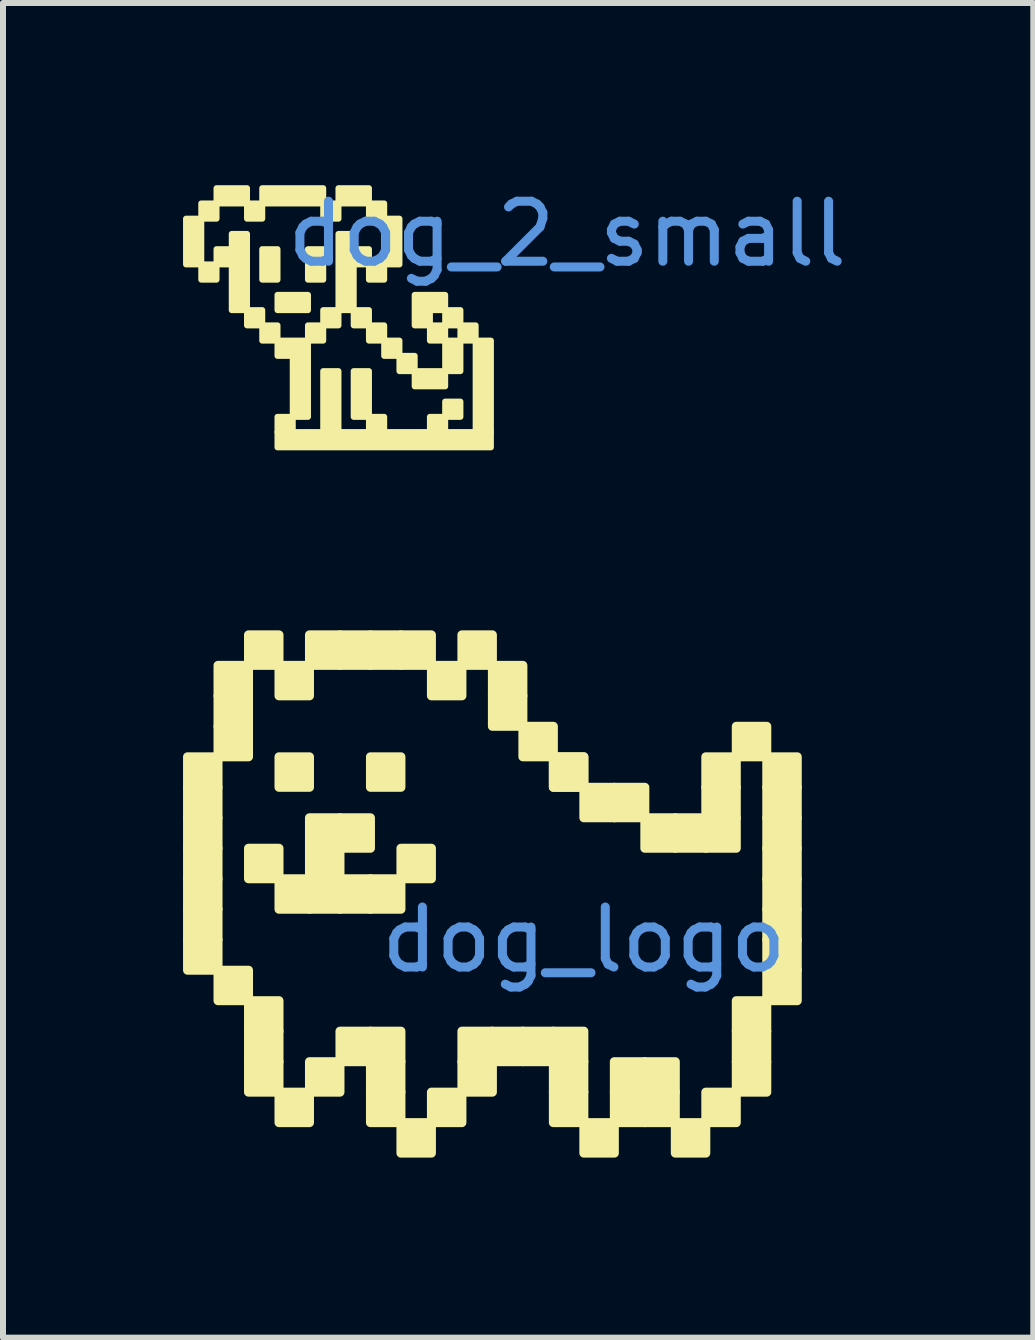
<source format=kicad_pcb>
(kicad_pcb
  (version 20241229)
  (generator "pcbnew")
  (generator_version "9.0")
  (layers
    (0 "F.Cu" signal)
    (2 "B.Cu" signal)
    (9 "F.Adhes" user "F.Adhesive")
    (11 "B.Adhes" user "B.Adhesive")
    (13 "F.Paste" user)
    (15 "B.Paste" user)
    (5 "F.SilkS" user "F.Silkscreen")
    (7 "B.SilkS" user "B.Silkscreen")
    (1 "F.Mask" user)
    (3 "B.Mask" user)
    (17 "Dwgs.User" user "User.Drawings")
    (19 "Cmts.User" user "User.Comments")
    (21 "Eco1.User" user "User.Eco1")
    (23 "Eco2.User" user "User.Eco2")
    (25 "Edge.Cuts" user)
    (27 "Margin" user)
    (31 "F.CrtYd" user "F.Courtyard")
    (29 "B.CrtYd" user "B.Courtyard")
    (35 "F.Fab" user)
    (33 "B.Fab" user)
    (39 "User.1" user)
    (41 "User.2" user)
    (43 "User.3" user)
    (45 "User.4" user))
  (footprint "dog_2_small"
    (layer "F.Cu")
    (at 2.844 2.88)
    (property "Reference" "dog_2_small" (at 3.556 -2.032 0) (layer "Cmts.User") (effects (font (size 1 1) (thickness 0.15))))
    (attr through_hole)
    (fp_poly (pts (xy -2.54 -1.524) (xy -2.794 -1.524) (xy -2.794 -2.286) (xy -2.54 -2.286)) (stroke (width 0.1) (type solid)) (fill yes) (layer "F.SilkS"))
    (fp_poly (pts (xy -2.286 -2.286) (xy -2.54 -2.286) (xy -2.54 -2.54) (xy -2.286 -2.54)) (stroke (width 0.1) (type solid)) (fill yes) (layer "F.SilkS"))
    (fp_poly (pts (xy -2.286 -1.27) (xy -2.54 -1.27) (xy -2.54 -1.524) (xy -2.286 -1.524)) (stroke (width 0.1) (type solid)) (fill yes) (layer "F.SilkS"))
    (fp_poly (pts (xy -2.032 -1.524) (xy -2.286 -1.524) (xy -2.286 -1.778) (xy -2.032 -1.778)) (stroke (width 0.1) (type solid)) (fill yes) (layer "F.SilkS"))
    (fp_poly (pts (xy -1.778 -2.54) (xy -2.286 -2.54) (xy -2.286 -2.794) (xy -1.778 -2.794)) (stroke (width 0.1) (type solid)) (fill yes) (layer "F.SilkS"))
    (fp_poly (pts (xy -1.778 -0.762) (xy -2.032 -0.762) (xy -2.032 -2.032) (xy -1.778 -2.032)) (stroke (width 0.1) (type solid)) (fill yes) (layer "F.SilkS"))
    (fp_poly (pts (xy -1.524 -2.286) (xy -1.778 -2.286) (xy -1.778 -2.54) (xy -1.524 -2.54)) (stroke (width 0.1) (type solid)) (fill yes) (layer "F.SilkS"))
    (fp_poly (pts (xy -1.524 -0.508) (xy -1.778 -0.508) (xy -1.778 -0.762) (xy -1.524 -0.762)) (stroke (width 0.1) (type solid)) (fill yes) (layer "F.SilkS"))
    (fp_poly (pts (xy -1.27 -1.27) (xy -1.524 -1.27) (xy -1.524 -1.778) (xy -1.27 -1.778)) (stroke (width 0.1) (type solid)) (fill yes) (layer "F.SilkS"))
    (fp_poly (pts (xy -1.27 -0.254) (xy -1.524 -0.254) (xy -1.524 -0.508) (xy -1.27 -0.508)) (stroke (width 0.1) (type solid)) (fill yes) (layer "F.SilkS"))
    (fp_poly (pts (xy -1.016 1.27) (xy -1.27 1.27) (xy -1.27 1.016) (xy -1.016 1.016)) (stroke (width 0.1) (type solid)) (fill yes) (layer "F.SilkS"))
    (fp_poly (pts (xy -0.762 -0.762) (xy -1.27 -0.762) (xy -1.27 -1.016) (xy -0.762 -1.016)) (stroke (width 0.1) (type solid)) (fill yes) (layer "F.SilkS"))
    (fp_poly (pts (xy -0.762 0) (xy -1.27 0) (xy -1.27 -0.254) (xy -0.762 -0.254)) (stroke (width 0.1) (type solid)) (fill yes) (layer "F.SilkS"))
    (fp_poly (pts (xy -0.762 1.016) (xy -1.016 1.016) (xy -1.016 0) (xy -0.762 0)) (stroke (width 0.1) (type solid)) (fill yes) (layer "F.SilkS"))
    (fp_poly (pts (xy -0.508 -2.54) (xy -1.524 -2.54) (xy -1.524 -2.794) (xy -0.508 -2.794)) (stroke (width 0.1) (type solid)) (fill yes) (layer "F.SilkS"))
    (fp_poly (pts (xy -0.508 -1.27) (xy -0.762 -1.27) (xy -0.762 -1.778) (xy -0.508 -1.778)) (stroke (width 0.1) (type solid)) (fill yes) (layer "F.SilkS"))
    (fp_poly (pts (xy -0.508 -0.254) (xy -0.762 -0.254) (xy -0.762 -0.508) (xy -0.508 -0.508)) (stroke (width 0.1) (type solid)) (fill yes) (layer "F.SilkS"))
    (fp_poly (pts (xy -0.254 -2.286) (xy -0.508 -2.286) (xy -0.508 -2.54) (xy -0.254 -2.54)) (stroke (width 0.1) (type solid)) (fill yes) (layer "F.SilkS"))
    (fp_poly (pts (xy -0.254 -0.508) (xy -0.508 -0.508) (xy -0.508 -0.762) (xy -0.254 -0.762)) (stroke (width 0.1) (type solid)) (fill yes) (layer "F.SilkS"))
    (fp_poly (pts (xy -0.254 1.27) (xy -0.508 1.27) (xy -0.508 0.254) (xy -0.254 0.254)) (stroke (width 0.1) (type solid)) (fill yes) (layer "F.SilkS"))
    (fp_poly (pts (xy 0 -0.762) (xy -0.254 -0.762) (xy -0.254 -2.032) (xy 0 -2.032)) (stroke (width 0.1) (type solid)) (fill yes) (layer "F.SilkS"))
    (fp_poly (pts (xy 0.254 -2.54) (xy -0.254 -2.54) (xy -0.254 -2.794) (xy 0.254 -2.794)) (stroke (width 0.1) (type solid)) (fill yes) (layer "F.SilkS"))
    (fp_poly (pts (xy 0.254 -1.524) (xy 0 -1.524) (xy 0 -1.778) (xy 0.254 -1.778)) (stroke (width 0.1) (type solid)) (fill yes) (layer "F.SilkS"))
    (fp_poly (pts (xy 0.254 -0.508) (xy 0 -0.508) (xy 0 -0.762) (xy 0.254 -0.762)) (stroke (width 0.1) (type solid)) (fill yes) (layer "F.SilkS"))
    (fp_poly (pts (xy 0.254 1.016) (xy 0 1.016) (xy 0 0.254) (xy 0.254 0.254)) (stroke (width 0.1) (type solid)) (fill yes) (layer "F.SilkS"))
    (fp_poly (pts (xy 0.508 -2.286) (xy 0.254 -2.286) (xy 0.254 -2.54) (xy 0.508 -2.54)) (stroke (width 0.1) (type solid)) (fill yes) (layer "F.SilkS"))
    (fp_poly (pts (xy 0.508 -1.27) (xy 0.254 -1.27) (xy 0.254 -1.524) (xy 0.508 -1.524)) (stroke (width 0.1) (type solid)) (fill yes) (layer "F.SilkS"))
    (fp_poly (pts (xy 0.508 -0.254) (xy 0.254 -0.254) (xy 0.254 -0.508) (xy 0.508 -0.508)) (stroke (width 0.1) (type solid)) (fill yes) (layer "F.SilkS"))
    (fp_poly (pts (xy 0.508 1.27) (xy 0.254 1.27) (xy 0.254 1.016) (xy 0.508 1.016)) (stroke (width 0.1) (type solid)) (fill yes) (layer "F.SilkS"))
    (fp_poly (pts (xy 0.762 -1.524) (xy 0.508 -1.524) (xy 0.508 -2.286) (xy 0.762 -2.286)) (stroke (width 0.1) (type solid)) (fill yes) (layer "F.SilkS"))
    (fp_poly (pts (xy 0.762 0) (xy 0.508 0) (xy 0.508 -0.254) (xy 0.762 -0.254)) (stroke (width 0.1) (type solid)) (fill yes) (layer "F.SilkS"))
    (fp_poly (pts (xy 1.016 0.254) (xy 0.762 0.254) (xy 0.762 0) (xy 1.016 0)) (stroke (width 0.1) (type solid)) (fill yes) (layer "F.SilkS"))
    (fp_poly (pts (xy 1.27 -0.508) (xy 1.016 -0.508) (xy 1.016 -1.016) (xy 1.27 -1.016)) (stroke (width 0.1) (type solid)) (fill yes) (layer "F.SilkS"))
    (fp_poly (pts (xy 1.524 -0.762) (xy 1.27 -0.762) (xy 1.27 -1.016) (xy 1.524 -1.016)) (stroke (width 0.1) (type solid)) (fill yes) (layer "F.SilkS"))
    (fp_poly (pts (xy 1.524 -0.254) (xy 1.27 -0.254) (xy 1.27 -0.508) (xy 1.524 -0.508)) (stroke (width 0.1) (type solid)) (fill yes) (layer "F.SilkS"))
    (fp_poly (pts (xy 1.524 0.508) (xy 1.016 0.508) (xy 1.016 0.254) (xy 1.524 0.254)) (stroke (width 0.1) (type solid)) (fill yes) (layer "F.SilkS"))
    (fp_poly (pts (xy 1.524 1.27) (xy 1.27 1.27) (xy 1.27 1.016) (xy 1.524 1.016)) (stroke (width 0.1) (type solid)) (fill yes) (layer "F.SilkS"))
    (fp_poly (pts (xy 1.778 -0.508) (xy 1.524 -0.508) (xy 1.524 -0.762) (xy 1.778 -0.762)) (stroke (width 0.1) (type solid)) (fill yes) (layer "F.SilkS"))
    (fp_poly (pts (xy 1.778 0.254) (xy 1.524 0.254) (xy 1.524 -0.254) (xy 1.778 -0.254)) (stroke (width 0.1) (type solid)) (fill yes) (layer "F.SilkS"))
    (fp_poly (pts (xy 1.778 1.016) (xy 1.524 1.016) (xy 1.524 0.762) (xy 1.778 0.762)) (stroke (width 0.1) (type solid)) (fill yes) (layer "F.SilkS"))
    (fp_poly (pts (xy 2.032 -0.254) (xy 1.778 -0.254) (xy 1.778 -0.508) (xy 2.032 -0.508)) (stroke (width 0.1) (type solid)) (fill yes) (layer "F.SilkS"))
    (fp_poly (pts (xy 2.286 1.27) (xy 2.032 1.27) (xy 2.032 -0.254) (xy 2.286 -0.254)) (stroke (width 0.1) (type solid)) (fill yes) (layer "F.SilkS"))
    (fp_poly (pts (xy 2.286 1.524) (xy -1.27 1.524) (xy -1.27 1.27) (xy 2.286 1.27)) (stroke (width 0.1) (type solid)) (fill yes) (layer "F.SilkS")))
  (footprint "dog_logo"
    (layer "F.Cu")
    (at 4.139 12.609)
    (property "Reference" "dog_logo" (at 2.54 0 0) (layer "Cmts.User") (effects (font (size 1 1) (thickness 0.15))))
    (attr through_hole)
    (fp_poly (pts (xy -4.064 -3.048) (xy -3.556 -3.048) (xy -3.556 -2.54) (xy -4.064 -2.54)) (stroke (width 0.15) (type solid)) (fill yes) (layer "F.SilkS"))
    (fp_poly (pts (xy -4.064 -2.54) (xy -3.556 -2.54) (xy -3.556 -2.032) (xy -4.064 -2.032)) (stroke (width 0.15) (type solid)) (fill yes) (layer "F.SilkS"))
    (fp_poly (pts (xy -4.064 -2.032) (xy -3.556 -2.032) (xy -3.556 -1.524) (xy -4.064 -1.524)) (stroke (width 0.15) (type solid)) (fill yes) (layer "F.SilkS"))
    (fp_poly (pts (xy -4.064 -1.524) (xy -3.556 -1.524) (xy -3.556 -1.016) (xy -4.064 -1.016)) (stroke (width 0.15) (type solid)) (fill yes) (layer "F.SilkS"))
    (fp_poly (pts (xy -4.064 -1.016) (xy -3.556 -1.016) (xy -3.556 -0.508) (xy -4.064 -0.508)) (stroke (width 0.15) (type solid)) (fill yes) (layer "F.SilkS"))
    (fp_poly (pts (xy -4.064 -0.508) (xy -3.556 -0.508) (xy -3.556 0) (xy -4.064 0)) (stroke (width 0.15) (type solid)) (fill yes) (layer "F.SilkS"))
    (fp_poly (pts (xy -4.064 0) (xy -3.556 0) (xy -3.556 0.508) (xy -4.064 0.508)) (stroke (width 0.15) (type solid)) (fill yes) (layer "F.SilkS"))
    (fp_poly (pts (xy -3.556 -4.572) (xy -3.048 -4.572) (xy -3.048 -4.064) (xy -3.556 -4.064)) (stroke (width 0.15) (type solid)) (fill yes) (layer "F.SilkS"))
    (fp_poly (pts (xy -3.556 -4.064) (xy -3.048 -4.064) (xy -3.048 -3.556) (xy -3.556 -3.556)) (stroke (width 0.15) (type solid)) (fill yes) (layer "F.SilkS"))
    (fp_poly (pts (xy -3.556 -3.556) (xy -3.048 -3.556) (xy -3.048 -3.048) (xy -3.556 -3.048)) (stroke (width 0.15) (type solid)) (fill yes) (layer "F.SilkS"))
    (fp_poly (pts (xy -3.556 0.508) (xy -3.048 0.508) (xy -3.048 1.016) (xy -3.556 1.016)) (stroke (width 0.15) (type solid)) (fill yes) (layer "F.SilkS"))
    (fp_poly (pts (xy -3.048 -5.08) (xy -2.54 -5.08) (xy -2.54 -4.572) (xy -3.048 -4.572)) (stroke (width 0.15) (type solid)) (fill yes) (layer "F.SilkS"))
    (fp_poly (pts (xy -3.048 -1.524) (xy -2.54 -1.524) (xy -2.54 -1.016) (xy -3.048 -1.016)) (stroke (width 0.15) (type solid)) (fill yes) (layer "F.SilkS"))
    (fp_poly (pts (xy -3.048 1.016) (xy -2.54 1.016) (xy -2.54 1.524) (xy -3.048 1.524)) (stroke (width 0.15) (type solid)) (fill yes) (layer "F.SilkS"))
    (fp_poly (pts (xy -3.048 1.524) (xy -2.54 1.524) (xy -2.54 2.032) (xy -3.048 2.032)) (stroke (width 0.15) (type solid)) (fill yes) (layer "F.SilkS"))
    (fp_poly (pts (xy -3.048 2.032) (xy -2.54 2.032) (xy -2.54 2.54) (xy -3.048 2.54)) (stroke (width 0.15) (type solid)) (fill yes) (layer "F.SilkS"))
    (fp_poly (pts (xy -2.54 -4.572) (xy -2.032 -4.572) (xy -2.032 -4.064) (xy -2.54 -4.064)) (stroke (width 0.15) (type solid)) (fill yes) (layer "F.SilkS"))
    (fp_poly (pts (xy -2.54 -3.048) (xy -2.032 -3.048) (xy -2.032 -2.54) (xy -2.54 -2.54)) (stroke (width 0.15) (type solid)) (fill yes) (layer "F.SilkS"))
    (fp_poly (pts (xy -2.54 -1.016) (xy -2.032 -1.016) (xy -2.032 -0.508) (xy -2.54 -0.508)) (stroke (width 0.15) (type solid)) (fill yes) (layer "F.SilkS"))
    (fp_poly (pts (xy -2.54 2.54) (xy -2.032 2.54) (xy -2.032 3.048) (xy -2.54 3.048)) (stroke (width 0.15) (type solid)) (fill yes) (layer "F.SilkS"))
    (fp_poly (pts (xy -2.032 -5.08) (xy -1.524 -5.08) (xy -1.524 -4.572) (xy -2.032 -4.572)) (stroke (width 0.15) (type solid)) (fill yes) (layer "F.SilkS"))
    (fp_poly (pts (xy -2.032 -2.032) (xy -1.524 -2.032) (xy -1.524 -1.524) (xy -2.032 -1.524)) (stroke (width 0.15) (type solid)) (fill yes) (layer "F.SilkS"))
    (fp_poly (pts (xy -2.032 -1.524) (xy -1.524 -1.524) (xy -1.524 -1.016) (xy -2.032 -1.016)) (stroke (width 0.15) (type solid)) (fill yes) (layer "F.SilkS"))
    (fp_poly (pts (xy -2.032 -1.016) (xy -1.524 -1.016) (xy -1.524 -0.508) (xy -2.032 -0.508)) (stroke (width 0.15) (type solid)) (fill yes) (layer "F.SilkS"))
    (fp_poly (pts (xy -2.032 2.032) (xy -1.524 2.032) (xy -1.524 2.54) (xy -2.032 2.54)) (stroke (width 0.15) (type solid)) (fill yes) (layer "F.SilkS"))
    (fp_poly (pts (xy -1.524 -5.08) (xy -1.016 -5.08) (xy -1.016 -4.572) (xy -1.524 -4.572)) (stroke (width 0.15) (type solid)) (fill yes) (layer "F.SilkS"))
    (fp_poly (pts (xy -1.524 -2.032) (xy -1.016 -2.032) (xy -1.016 -1.524) (xy -1.524 -1.524)) (stroke (width 0.15) (type solid)) (fill yes) (layer "F.SilkS"))
    (fp_poly (pts (xy -1.524 -1.016) (xy -1.016 -1.016) (xy -1.016 -0.508) (xy -1.524 -0.508)) (stroke (width 0.15) (type solid)) (fill yes) (layer "F.SilkS"))
    (fp_poly (pts (xy -1.524 1.524) (xy -1.016 1.524) (xy -1.016 2.032) (xy -1.524 2.032)) (stroke (width 0.15) (type solid)) (fill yes) (layer "F.SilkS"))
    (fp_poly (pts (xy -1.016 -5.08) (xy -0.508 -5.08) (xy -0.508 -4.572) (xy -1.016 -4.572)) (stroke (width 0.15) (type solid)) (fill yes) (layer "F.SilkS"))
    (fp_poly (pts (xy -1.016 -3.048) (xy -0.508 -3.048) (xy -0.508 -2.54) (xy -1.016 -2.54)) (stroke (width 0.15) (type solid)) (fill yes) (layer "F.SilkS"))
    (fp_poly (pts (xy -1.016 -1.016) (xy -0.508 -1.016) (xy -0.508 -0.508) (xy -1.016 -0.508)) (stroke (width 0.15) (type solid)) (fill yes) (layer "F.SilkS"))
    (fp_poly (pts (xy -1.016 1.524) (xy -0.508 1.524) (xy -0.508 2.032) (xy -1.016 2.032)) (stroke (width 0.15) (type solid)) (fill yes) (layer "F.SilkS"))
    (fp_poly (pts (xy -1.016 2.032) (xy -0.508 2.032) (xy -0.508 2.54) (xy -1.016 2.54)) (stroke (width 0.15) (type solid)) (fill yes) (layer "F.SilkS"))
    (fp_poly (pts (xy -1.016 2.54) (xy -0.508 2.54) (xy -0.508 3.048) (xy -1.016 3.048)) (stroke (width 0.15) (type solid)) (fill yes) (layer "F.SilkS"))
    (fp_poly (pts (xy -0.508 -5.08) (xy 0 -5.08) (xy 0 -4.572) (xy -0.508 -4.572)) (stroke (width 0.15) (type solid)) (fill yes) (layer "F.SilkS"))
    (fp_poly (pts (xy -0.508 -1.524) (xy 0 -1.524) (xy 0 -1.016) (xy -0.508 -1.016)) (stroke (width 0.15) (type solid)) (fill yes) (layer "F.SilkS"))
    (fp_poly (pts (xy -0.508 3.048) (xy 0 3.048) (xy 0 3.556) (xy -0.508 3.556)) (stroke (width 0.15) (type solid)) (fill yes) (layer "F.SilkS"))
    (fp_poly (pts (xy 0 -4.572) (xy 0.508 -4.572) (xy 0.508 -4.064) (xy 0 -4.064)) (stroke (width 0.15) (type solid)) (fill yes) (layer "F.SilkS"))
    (fp_poly (pts (xy 0 2.54) (xy 0.508 2.54) (xy 0.508 3.048) (xy 0 3.048)) (stroke (width 0.15) (type solid)) (fill yes) (layer "F.SilkS"))
    (fp_poly (pts (xy 0.508 -5.08) (xy 1.016 -5.08) (xy 1.016 -4.572) (xy 0.508 -4.572)) (stroke (width 0.15) (type solid)) (fill yes) (layer "F.SilkS"))
    (fp_poly (pts (xy 0.508 1.524) (xy 1.016 1.524) (xy 1.016 2.032) (xy 0.508 2.032)) (stroke (width 0.15) (type solid)) (fill yes) (layer "F.SilkS"))
    (fp_poly (pts (xy 0.508 2.032) (xy 1.016 2.032) (xy 1.016 2.54) (xy 0.508 2.54)) (stroke (width 0.15) (type solid)) (fill yes) (layer "F.SilkS"))
    (fp_poly (pts (xy 1.016 -4.572) (xy 1.524 -4.572) (xy 1.524 -4.064) (xy 1.016 -4.064)) (stroke (width 0.15) (type solid)) (fill yes) (layer "F.SilkS"))
    (fp_poly (pts (xy 1.016 -4.064) (xy 1.524 -4.064) (xy 1.524 -3.556) (xy 1.016 -3.556)) (stroke (width 0.15) (type solid)) (fill yes) (layer "F.SilkS"))
    (fp_poly (pts (xy 1.016 1.524) (xy 1.524 1.524) (xy 1.524 2.032) (xy 1.016 2.032)) (stroke (width 0.15) (type solid)) (fill yes) (layer "F.SilkS"))
    (fp_poly (pts (xy 1.524 -3.556) (xy 2.032 -3.556) (xy 2.032 -3.048) (xy 1.524 -3.048)) (stroke (width 0.15) (type solid)) (fill yes) (layer "F.SilkS"))
    (fp_poly (pts (xy 1.524 1.524) (xy 2.032 1.524) (xy 2.032 2.032) (xy 1.524 2.032)) (stroke (width 0.15) (type solid)) (fill yes) (layer "F.SilkS"))
    (fp_poly (pts (xy 2.032 -3.048) (xy 2.54 -3.048) (xy 2.54 -2.54) (xy 2.032 -2.54)) (stroke (width 0.15) (type solid)) (fill yes) (layer "F.SilkS"))
    (fp_poly (pts (xy 2.032 -3.048) (xy 2.54 -3.048) (xy 2.54 -2.54) (xy 2.032 -2.54)) (stroke (width 0.15) (type solid)) (fill yes) (layer "F.SilkS"))
    (fp_poly (pts (xy 2.032 1.524) (xy 2.54 1.524) (xy 2.54 2.032) (xy 2.032 2.032)) (stroke (width 0.15) (type solid)) (fill yes) (layer "F.SilkS"))
    (fp_poly (pts (xy 2.032 2.032) (xy 2.54 2.032) (xy 2.54 2.54) (xy 2.032 2.54)) (stroke (width 0.15) (type solid)) (fill yes) (layer "F.SilkS"))
    (fp_poly (pts (xy 2.032 2.54) (xy 2.54 2.54) (xy 2.54 3.048) (xy 2.032 3.048)) (stroke (width 0.15) (type solid)) (fill yes) (layer "F.SilkS"))
    (fp_poly (pts (xy 2.54 -2.54) (xy 3.048 -2.54) (xy 3.048 -2.032) (xy 2.54 -2.032)) (stroke (width 0.15) (type solid)) (fill yes) (layer "F.SilkS"))
    (fp_poly (pts (xy 2.54 3.048) (xy 3.048 3.048) (xy 3.048 3.556) (xy 2.54 3.556)) (stroke (width 0.15) (type solid)) (fill yes) (layer "F.SilkS"))
    (fp_poly (pts (xy 3.048 -2.54) (xy 3.556 -2.54) (xy 3.556 -2.032) (xy 3.048 -2.032)) (stroke (width 0.15) (type solid)) (fill yes) (layer "F.SilkS"))
    (fp_poly (pts (xy 3.048 2.032) (xy 3.556 2.032) (xy 3.556 2.54) (xy 3.048 2.54)) (stroke (width 0.15) (type solid)) (fill yes) (layer "F.SilkS"))
    (fp_poly (pts (xy 3.048 2.54) (xy 3.556 2.54) (xy 3.556 3.048) (xy 3.048 3.048)) (stroke (width 0.15) (type solid)) (fill yes) (layer "F.SilkS"))
    (fp_poly (pts (xy 3.556 -2.032) (xy 4.064 -2.032) (xy 4.064 -1.524) (xy 3.556 -1.524)) (stroke (width 0.15) (type solid)) (fill yes) (layer "F.SilkS"))
    (fp_poly (pts (xy 3.556 2.032) (xy 4.064 2.032) (xy 4.064 2.54) (xy 3.556 2.54)) (stroke (width 0.15) (type solid)) (fill yes) (layer "F.SilkS"))
    (fp_poly (pts (xy 3.556 2.54) (xy 4.064 2.54) (xy 4.064 3.048) (xy 3.556 3.048)) (stroke (width 0.15) (type solid)) (fill yes) (layer "F.SilkS"))
    (fp_poly (pts (xy 4.064 -2.032) (xy 4.572 -2.032) (xy 4.572 -1.524) (xy 4.064 -1.524)) (stroke (width 0.15) (type solid)) (fill yes) (layer "F.SilkS"))
    (fp_poly (pts (xy 4.064 3.048) (xy 4.572 3.048) (xy 4.572 3.556) (xy 4.064 3.556)) (stroke (width 0.15) (type solid)) (fill yes) (layer "F.SilkS"))
    (fp_poly (pts (xy 4.572 -3.048) (xy 5.08 -3.048) (xy 5.08 -2.54) (xy 4.572 -2.54)) (stroke (width 0.15) (type solid)) (fill yes) (layer "F.SilkS"))
    (fp_poly (pts (xy 4.572 -2.54) (xy 5.08 -2.54) (xy 5.08 -2.032) (xy 4.572 -2.032)) (stroke (width 0.15) (type solid)) (fill yes) (layer "F.SilkS"))
    (fp_poly (pts (xy 4.572 -2.032) (xy 5.08 -2.032) (xy 5.08 -1.524) (xy 4.572 -1.524)) (stroke (width 0.15) (type solid)) (fill yes) (layer "F.SilkS"))
    (fp_poly (pts (xy 4.572 2.54) (xy 5.08 2.54) (xy 5.08 3.048) (xy 4.572 3.048)) (stroke (width 0.15) (type solid)) (fill yes) (layer "F.SilkS"))
    (fp_poly (pts (xy 5.08 -3.556) (xy 5.588 -3.556) (xy 5.588 -3.048) (xy 5.08 -3.048)) (stroke (width 0.15) (type solid)) (fill yes) (layer "F.SilkS"))
    (fp_poly (pts (xy 5.08 1.016) (xy 5.588 1.016) (xy 5.588 1.524) (xy 5.08 1.524)) (stroke (width 0.15) (type solid)) (fill yes) (layer "F.SilkS"))
    (fp_poly (pts (xy 5.08 1.524) (xy 5.588 1.524) (xy 5.588 2.032) (xy 5.08 2.032)) (stroke (width 0.15) (type solid)) (fill yes) (layer "F.SilkS"))
    (fp_poly (pts (xy 5.08 2.032) (xy 5.588 2.032) (xy 5.588 2.54) (xy 5.08 2.54)) (stroke (width 0.15) (type solid)) (fill yes) (layer "F.SilkS"))
    (fp_poly (pts (xy 5.588 -3.048) (xy 6.096 -3.048) (xy 6.096 -2.54) (xy 5.588 -2.54)) (stroke (width 0.15) (type solid)) (fill yes) (layer "F.SilkS"))
    (fp_poly (pts (xy 5.588 -2.54) (xy 6.096 -2.54) (xy 6.096 -2.032) (xy 5.588 -2.032)) (stroke (width 0.15) (type solid)) (fill yes) (layer "F.SilkS"))
    (fp_poly (pts (xy 5.588 -2.032) (xy 6.096 -2.032) (xy 6.096 -1.524) (xy 5.588 -1.524)) (stroke (width 0.15) (type solid)) (fill yes) (layer "F.SilkS"))
    (fp_poly (pts (xy 5.588 -1.524) (xy 6.096 -1.524) (xy 6.096 -1.016) (xy 5.588 -1.016)) (stroke (width 0.15) (type solid)) (fill yes) (layer "F.SilkS"))
    (fp_poly (pts (xy 5.588 -1.016) (xy 6.096 -1.016) (xy 6.096 -0.508) (xy 5.588 -0.508)) (stroke (width 0.15) (type solid)) (fill yes) (layer "F.SilkS"))
    (fp_poly (pts (xy 5.588 -0.508) (xy 6.096 -0.508) (xy 6.096 0) (xy 5.588 0)) (stroke (width 0.15) (type solid)) (fill yes) (layer "F.SilkS"))
    (fp_poly (pts (xy 5.588 0) (xy 6.096 0) (xy 6.096 0.508) (xy 5.588 0.508)) (stroke (width 0.15) (type solid)) (fill yes) (layer "F.SilkS"))
    (fp_poly (pts (xy 5.588 0.508) (xy 6.096 0.508) (xy 6.096 1.016) (xy 5.588 1.016)) (stroke (width 0.15) (type solid)) (fill yes) (layer "F.SilkS")))
  (gr_rect
    (start -3 -3)
    (end 14.168 19.24)
    (stroke (width 0.1) (type default))
    (fill no)
    (layer "Edge.Cuts")))
</source>
